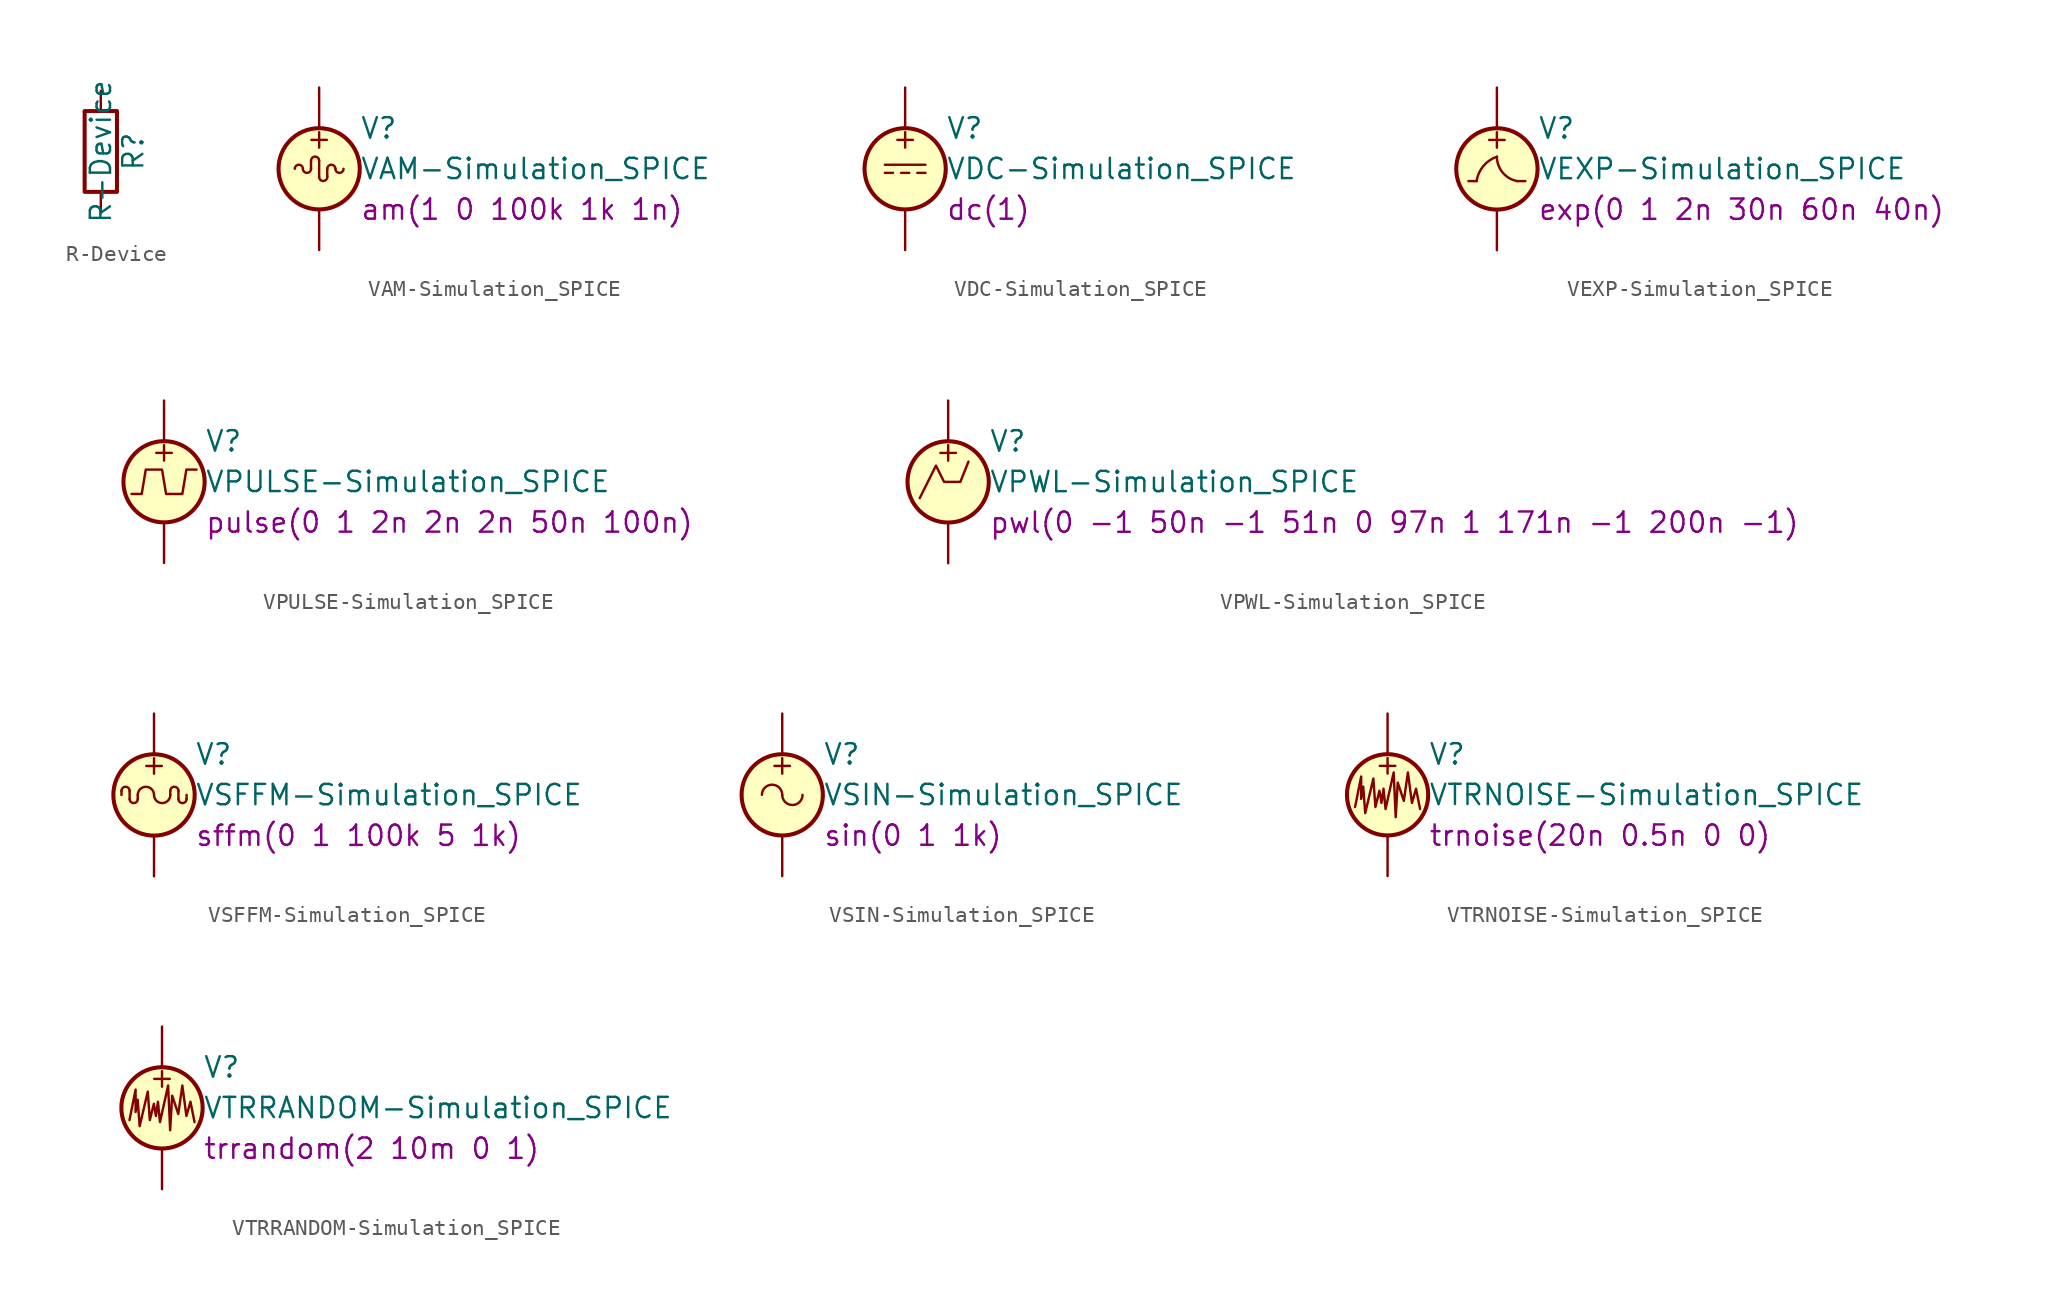
<source format=kicad_sym>
(kicad_symbol_lib
  (version 20201005)
  (generator kicad_symbol_editor)
  (symbol "v_i_sources-rescue:R-Device"
    (pin_numbers hide)
    (pin_names
      (offset 0))
    (property "Reference" "R"
      (at 2.032 0 90)
      (effects (font (size 1.27 1.27))))
    (property "Value" "R-Device"
      (at 0 0 90)
      (effects (font (size 1.27 1.27))))
    (symbol "R-Device_0_1"
      (rectangle (start -1.016 -2.54) (end 1.016 2.54) (stroke (width 0.254)) (fill (type none))))
    (symbol "R-Device_1_1"
      (pin passive line (at 0 3.81 270) (length 1.27) (name "~" (effects (font (size 1.27 1.27)))) (number "1" (effects (font (size 1.27 1.27)))))
      (pin passive line (at 0 -3.81 90) (length 1.27) (name "~" (effects (font (size 1.27 1.27)))) (number "2" (effects (font (size 1.27 1.27)))))))
  (symbol "v_i_sources-rescue:VAM-Simulation_SPICE"
    (pin_numbers hide)
    (pin_names
      (offset 0.025))
    (property "Reference" "V"
      (at 2.54 2.54 0)
      (effects (font (size 1.27 1.27)) (justify left)))
    (property "Value" "VAM-Simulation_SPICE"
      (at 2.54 0 0)
      (effects (font (size 1.27 1.27)) (justify left)))
    (property "Spice_Model" "am(1 0 100k 1k 1n)"
      (at 2.54 -2.54 0)
      (effects (font (size 1.27 1.27)) (justify left)))
    (symbol "VAM-Simulation_SPICE_0_0"
      (arc (start 0 0.508) (end -0.508 0.508) (radius (at -0.254 0.508) (length 0.254) (angles 0.1 180)) (stroke (width 0)) (fill (type none)))
      (text "+" (at 0 1.905 0) (effects (font (size 1.27 1.27)))))
    (symbol "VAM-Simulation_SPICE_0_1"
      (arc (start -1.016 0) (end -1.524 0) (radius (at -1.27 0) (length 0.254) (angles 0.1 180)) (stroke (width 0)) (fill (type none)))
      (arc (start -1.016 0) (end -0.508 0) (radius (at -0.762 0) (length 0.254) (angles 180 -0.1)) (stroke (width 0)) (fill (type none)))
      (arc (start 0 -0.508) (end 0.508 -0.508) (radius (at 0.254 -0.508) (length 0.254) (angles 180 -0.1)) (stroke (width 0)) (fill (type none)))
      (arc (start 1.016 0) (end 0.508 0) (radius (at 0.762 0) (length 0.254) (angles 0.1 180)) (stroke (width 0)) (fill (type none)))
      (arc (start 1.016 0) (end 1.524 0) (radius (at 1.27 0) (length 0.254) (angles 180 -0.1)) (stroke (width 0)) (fill (type none)))
      (circle (center 0 0) (radius 2.54) (stroke (width 0.254)) (fill (type background)))
      (polyline (pts (xy -0.508 0.508) (xy -0.508 0)) (stroke (width 0)) (fill (type none)))
      (polyline (pts (xy 0 0.508) (xy 0 -0.508)) (stroke (width 0)) (fill (type none)))
      (polyline (pts (xy 0.508 -0.508) (xy 0.508 0)) (stroke (width 0)) (fill (type none))))
    (symbol "VAM-Simulation_SPICE_1_1"
      (pin passive line (at 0 5.08 270) (length 2.54) (name "~" (effects (font (size 1.27 1.27)))) (number "1" (effects (font (size 1.27 1.27)))))
      (pin passive line (at 0 -5.08 90) (length 2.54) (name "~" (effects (font (size 1.27 1.27)))) (number "2" (effects (font (size 1.27 1.27)))))))
  (symbol "v_i_sources-rescue:VDC-Simulation_SPICE"
    (pin_numbers hide)
    (pin_names
      (offset 0.025))
    (property "Reference" "V"
      (at 2.54 2.54 0)
      (effects (font (size 1.27 1.27)) (justify left)))
    (property "Value" "VDC-Simulation_SPICE"
      (at 2.54 0 0)
      (effects (font (size 1.27 1.27)) (justify left)))
    (property "Spice_Model" "dc(1)"
      (at 2.54 -2.54 0)
      (effects (font (size 1.27 1.27)) (justify left)))
    (symbol "VDC-Simulation_SPICE_0_1"
      (circle (center 0 0) (radius 2.54) (stroke (width 0.254)) (fill (type background))))
    (symbol "VDC-Simulation_SPICE_0_0"
      (text "+" (at 0 1.905 0) (effects (font (size 1.27 1.27))))
      (polyline (pts (xy -1.27 0.254) (xy 1.27 0.254)) (stroke (width 0)) (fill (type none)))
      (polyline (pts (xy -0.762 -0.254) (xy -1.27 -0.254)) (stroke (width 0)) (fill (type none)))
      (polyline (pts (xy 0.254 -0.254) (xy -0.254 -0.254)) (stroke (width 0)) (fill (type none)))
      (polyline (pts (xy 1.27 -0.254) (xy 0.762 -0.254)) (stroke (width 0)) (fill (type none))))
    (symbol "VDC-Simulation_SPICE_1_1"
      (pin passive line (at 0 5.08 270) (length 2.54) (name "~" (effects (font (size 1.27 1.27)))) (number "1" (effects (font (size 1.27 1.27)))))
      (pin passive line (at 0 -5.08 90) (length 2.54) (name "~" (effects (font (size 1.27 1.27)))) (number "2" (effects (font (size 1.27 1.27)))))))
  (symbol "v_i_sources-rescue:VEXP-Simulation_SPICE"
    (pin_numbers hide)
    (pin_names
      (offset 0.025))
    (property "Reference" "V"
      (at 2.54 2.54 0)
      (effects (font (size 1.27 1.27)) (justify left)))
    (property "Value" "VEXP-Simulation_SPICE"
      (at 2.54 0 0)
      (effects (font (size 1.27 1.27)) (justify left)))
    (property "Spice_Model" "exp(0 1 2n 30n 60n 40n)"
      (at 2.54 -2.54 0)
      (effects (font (size 1.27 1.27)) (justify left)))
    (symbol "VEXP-Simulation_SPICE_0_0"
      (arc (start 0 0.762) (end -1.27 -0.762) (radius (at 0.6096 -1.0414) (length 1.905) (angles 108.7 171.5)) (stroke (width 0)) (fill (type none)))
      (arc (start 0 0.762) (end 1.27 -0.762) (radius (at 1.5494 0.762) (length 1.5494) (angles 180 -100.4)) (stroke (width 0)) (fill (type none)))
      (text "+" (at 0 1.905 0) (effects (font (size 1.27 1.27))))
      (polyline (pts (xy -1.27 -0.762) (xy -1.778 -0.762)) (stroke (width 0)) (fill (type none)))
      (polyline (pts (xy 1.27 -0.762) (xy 1.778 -0.762)) (stroke (width 0)) (fill (type none))))
    (symbol "VEXP-Simulation_SPICE_0_1"
      (circle (center 0 0) (radius 2.54) (stroke (width 0.254)) (fill (type background))))
    (symbol "VEXP-Simulation_SPICE_1_1"
      (pin passive line (at 0 5.08 270) (length 2.54) (name "~" (effects (font (size 1.27 1.27)))) (number "1" (effects (font (size 1.27 1.27)))))
      (pin passive line (at 0 -5.08 90) (length 2.54) (name "~" (effects (font (size 1.27 1.27)))) (number "2" (effects (font (size 1.27 1.27)))))))
  (symbol "v_i_sources-rescue:VPULSE-Simulation_SPICE"
    (pin_numbers hide)
    (pin_names
      (offset 0.025))
    (property "Reference" "V"
      (at 2.54 2.54 0)
      (effects (font (size 1.27 1.27)) (justify left)))
    (property "Value" "VPULSE-Simulation_SPICE"
      (at 2.54 0 0)
      (effects (font (size 1.27 1.27)) (justify left)))
    (property "Spice_Model" "pulse(0 1 2n 2n 2n 50n 100n)"
      (at 2.54 -2.54 0)
      (effects (font (size 1.27 1.27)) (justify left)))
    (symbol "VPULSE-Simulation_SPICE_0_1"
      (circle (center 0 0) (radius 2.54) (stroke (width 0.254)) (fill (type background))))
    (symbol "VPULSE-Simulation_SPICE_0_0"
      (text "+" (at 0 1.905 0) (effects (font (size 1.27 1.27))))
      (polyline (pts (xy -2.032 -0.762) (xy -1.397 -0.762) (xy -1.143 0.762) (xy -0.127 0.762) (xy 0.127 -0.762) (xy 1.143 -0.762) (xy 1.397 0.762) (xy 2.032 0.762)) (stroke (width 0)) (fill (type none))))
    (symbol "VPULSE-Simulation_SPICE_1_1"
      (pin passive line (at 0 5.08 270) (length 2.54) (name "~" (effects (font (size 1.27 1.27)))) (number "1" (effects (font (size 1.27 1.27)))))
      (pin passive line (at 0 -5.08 90) (length 2.54) (name "~" (effects (font (size 1.27 1.27)))) (number "2" (effects (font (size 1.27 1.27)))))))
  (symbol "v_i_sources-rescue:VPWL-Simulation_SPICE"
    (pin_numbers hide)
    (pin_names
      (offset 0.025))
    (property "Reference" "V"
      (at 2.54 2.54 0)
      (effects (font (size 1.27 1.27)) (justify left)))
    (property "Value" "VPWL-Simulation_SPICE"
      (at 2.54 0 0)
      (effects (font (size 1.27 1.27)) (justify left)))
    (property "Spice_Model" "pwl(0 -1 50n -1 51n 0 97n 1 171n -1 200n -1)"
      (at 2.54 -2.54 0)
      (effects (font (size 1.27 1.27)) (justify left)))
    (symbol "VPWL-Simulation_SPICE_0_1"
      (circle (center 0 0) (radius 2.54) (stroke (width 0.254)) (fill (type background))))
    (symbol "VPWL-Simulation_SPICE_0_0"
      (text "+" (at 0 1.905 0) (effects (font (size 1.27 1.27))))
      (polyline (pts (xy -1.778 -1.016) (xy -0.762 1.016) (xy -0.254 0) (xy 0.762 0) (xy 1.27 1.27)) (stroke (width 0)) (fill (type none))))
    (symbol "VPWL-Simulation_SPICE_1_1"
      (pin passive line (at 0 5.08 270) (length 2.54) (name "~" (effects (font (size 1.27 1.27)))) (number "1" (effects (font (size 1.27 1.27)))))
      (pin passive line (at 0 -5.08 90) (length 2.54) (name "~" (effects (font (size 1.27 1.27)))) (number "2" (effects (font (size 1.27 1.27)))))))
  (symbol "v_i_sources-rescue:VSFFM-Simulation_SPICE"
    (pin_numbers hide)
    (pin_names
      (offset 0.025))
    (property "Reference" "V"
      (at 2.54 2.54 0)
      (effects (font (size 1.27 1.27)) (justify left)))
    (property "Value" "VSFFM-Simulation_SPICE"
      (at 2.54 0 0)
      (effects (font (size 1.27 1.27)) (justify left)))
    (property "Spice_Model" "sffm(0 1 100k 5 1k)"
      (at 2.54 -2.54 0)
      (effects (font (size 1.27 1.27)) (justify left)))
    (symbol "VSFFM-Simulation_SPICE_0_1"
      (arc (start -1.524 0.254) (end -2.032 0.254) (radius (at -1.778 0.254) (length 0.254) (angles 0.1 180)) (stroke (width 0)) (fill (type none)))
      (arc (start -1.524 -0.254) (end -1.016 -0.254) (radius (at -1.27 -0.254) (length 0.254) (angles 180 -0.1)) (stroke (width 0)) (fill (type none)))
      (arc (start 0 0) (end -1.016 0) (radius (at -0.508 0) (length 0.508) (angles 0.1 180)) (stroke (width 0)) (fill (type none)))
      (arc (start 0 0) (end 1.016 0) (radius (at 0.508 0) (length 0.508) (angles 180 -0.1)) (stroke (width 0)) (fill (type none)))
      (arc (start 1.524 0.254) (end 1.016 0.254) (radius (at 1.27 0.254) (length 0.254) (angles 0.1 180)) (stroke (width 0)) (fill (type none)))
      (arc (start 1.524 -0.254) (end 2.032 -0.254) (radius (at 1.778 -0.254) (length 0.254) (angles 180 -0.1)) (stroke (width 0)) (fill (type none)))
      (circle (center 0 0) (radius 2.54) (stroke (width 0.254)) (fill (type background)))
      (polyline (pts (xy -2.032 0.254) (xy -2.032 0)) (stroke (width 0)) (fill (type none)))
      (polyline (pts (xy -1.524 -0.254) (xy -1.524 0.254)) (stroke (width 0)) (fill (type none)))
      (polyline (pts (xy -1.016 0) (xy -1.016 -0.254)) (stroke (width 0)) (fill (type none)))
      (polyline (pts (xy 1.016 0.254) (xy 1.016 0)) (stroke (width 0)) (fill (type none)))
      (polyline (pts (xy 1.524 0.254) (xy 1.524 -0.254)) (stroke (width 0)) (fill (type none)))
      (polyline (pts (xy 2.032 -0.254) (xy 2.032 0)) (stroke (width 0)) (fill (type none))))
    (symbol "VSFFM-Simulation_SPICE_0_0"
      (text "+" (at 0 1.905 0) (effects (font (size 1.27 1.27)))))
    (symbol "VSFFM-Simulation_SPICE_1_1"
      (pin passive line (at 0 5.08 270) (length 2.54) (name "~" (effects (font (size 1.27 1.27)))) (number "1" (effects (font (size 1.27 1.27)))))
      (pin passive line (at 0 -5.08 90) (length 2.54) (name "~" (effects (font (size 1.27 1.27)))) (number "2" (effects (font (size 1.27 1.27)))))))
  (symbol "v_i_sources-rescue:VSIN-Simulation_SPICE"
    (pin_numbers hide)
    (pin_names
      (offset 0.025))
    (property "Reference" "V"
      (at 2.54 2.54 0)
      (effects (font (size 1.27 1.27)) (justify left)))
    (property "Value" "VSIN-Simulation_SPICE"
      (at 2.54 0 0)
      (effects (font (size 1.27 1.27)) (justify left)))
    (property "Spice_Model" "sin(0 1 1k)"
      (at 2.54 -2.54 0)
      (effects (font (size 1.27 1.27)) (justify left)))
    (symbol "VSIN-Simulation_SPICE_0_0"
      (arc (start 0 0) (end -1.27 0) (radius (at -0.635 0) (length 0.635) (angles 0.1 180)) (stroke (width 0)) (fill (type none)))
      (arc (start 0 0) (end 1.27 0) (radius (at 0.635 0) (length 0.635) (angles 180 -0.1)) (stroke (width 0)) (fill (type none)))
      (text "+" (at 0 1.905 0) (effects (font (size 1.27 1.27)))))
    (symbol "VSIN-Simulation_SPICE_0_1"
      (circle (center 0 0) (radius 2.54) (stroke (width 0.254)) (fill (type background))))
    (symbol "VSIN-Simulation_SPICE_1_1"
      (pin passive line (at 0 5.08 270) (length 2.54) (name "~" (effects (font (size 1.27 1.27)))) (number "1" (effects (font (size 1.27 1.27)))))
      (pin passive line (at 0 -5.08 90) (length 2.54) (name "~" (effects (font (size 1.27 1.27)))) (number "2" (effects (font (size 1.27 1.27)))))))
  (symbol "v_i_sources-rescue:VTRNOISE-Simulation_SPICE"
    (pin_numbers hide)
    (pin_names
      (offset 0.025))
    (property "Reference" "V"
      (at 2.54 2.54 0)
      (effects (font (size 1.27 1.27)) (justify left)))
    (property "Value" "VTRNOISE-Simulation_SPICE"
      (at 2.54 0 0)
      (effects (font (size 1.27 1.27)) (justify left)))
    (property "Spice_Model" "trnoise(20n 0.5n 0 0)"
      (at 2.54 -2.54 0)
      (effects (font (size 1.27 1.27)) (justify left)))
    (symbol "VTRNOISE-Simulation_SPICE_0_1"
      (circle (center 0 0) (radius 2.54) (stroke (width 0.254)) (fill (type background)))
      (polyline (pts (xy -2.032 -0.762) (xy -1.651 1.143) (xy -1.651 -0.254) (xy -1.524 0.508) (xy -1.397 -1.143) (xy -0.889 1.016) (xy -0.762 -0.762) (xy -0.508 0.254) (xy -0.381 -0.508) (xy -0.254 0.381) (xy -0.127 -0.889) (xy 0.381 1.397) (xy 0.508 -1.397) (xy 0.635 0.762) (xy 1.016 -0.381) (xy 1.27 1.397) (xy 1.524 -0.508) (xy 1.778 0.381) (xy 2.032 -0.889)) (stroke (width 0)) (fill (type none))))
    (symbol "VTRNOISE-Simulation_SPICE_0_0"
      (text "+" (at 0 1.905 0) (effects (font (size 1.27 1.27)))))
    (symbol "VTRNOISE-Simulation_SPICE_1_1"
      (pin passive line (at 0 5.08 270) (length 2.54) (name "~" (effects (font (size 1.27 1.27)))) (number "1" (effects (font (size 1.27 1.27)))))
      (pin passive line (at 0 -5.08 90) (length 2.54) (name "~" (effects (font (size 1.27 1.27)))) (number "2" (effects (font (size 1.27 1.27)))))))
  (symbol "v_i_sources-rescue:VTRRANDOM-Simulation_SPICE"
    (pin_numbers hide)
    (pin_names
      (offset 0.025))
    (property "Reference" "V"
      (at 2.54 2.54 0)
      (effects (font (size 1.27 1.27)) (justify left)))
    (property "Value" "VTRRANDOM-Simulation_SPICE"
      (at 2.54 0 0)
      (effects (font (size 1.27 1.27)) (justify left)))
    (property "Spice_Model" "trrandom(2 10m 0 1)"
      (at 2.54 -2.54 0)
      (effects (font (size 1.27 1.27)) (justify left)))
    (symbol "VTRRANDOM-Simulation_SPICE_0_1"
      (circle (center 0 0) (radius 2.54) (stroke (width 0.254)) (fill (type background)))
      (polyline (pts (xy -2.032 -0.762) (xy -1.651 1.143) (xy -1.651 -0.254) (xy -1.524 0.508) (xy -1.397 -1.143) (xy -0.889 1.016) (xy -0.762 -0.762) (xy -0.508 0.254) (xy -0.381 -0.508) (xy -0.254 0.381) (xy -0.127 -0.889) (xy 0.381 1.397) (xy 0.508 -1.397) (xy 0.635 0.762) (xy 1.016 -0.381) (xy 1.27 1.397) (xy 1.524 -0.508) (xy 1.778 0.381) (xy 2.032 -0.889)) (stroke (width 0)) (fill (type none))))
    (symbol "VTRRANDOM-Simulation_SPICE_0_0"
      (text "+" (at 0 1.905 0) (effects (font (size 1.27 1.27)))))
    (symbol "VTRRANDOM-Simulation_SPICE_1_1"
      (pin passive line (at 0 5.08 270) (length 2.54) (name "~" (effects (font (size 1.27 1.27)))) (number "1" (effects (font (size 1.27 1.27)))))
      (pin passive line (at 0 -5.08 90) (length 2.54) (name "~" (effects (font (size 1.27 1.27)))) (number "2" (effects (font (size 1.27 1.27))))))))
</source>
